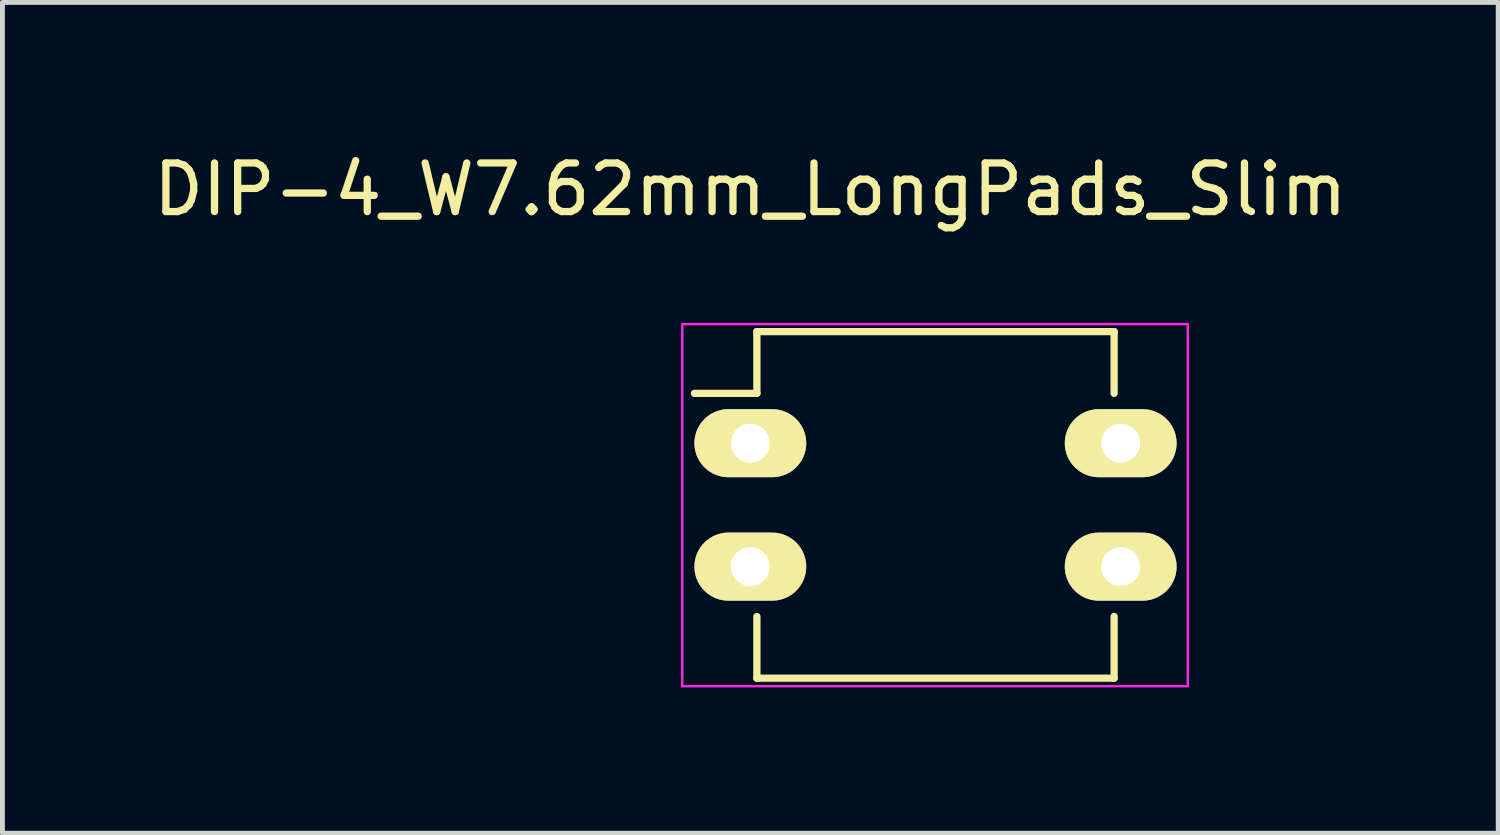
<source format=kicad_pcb>
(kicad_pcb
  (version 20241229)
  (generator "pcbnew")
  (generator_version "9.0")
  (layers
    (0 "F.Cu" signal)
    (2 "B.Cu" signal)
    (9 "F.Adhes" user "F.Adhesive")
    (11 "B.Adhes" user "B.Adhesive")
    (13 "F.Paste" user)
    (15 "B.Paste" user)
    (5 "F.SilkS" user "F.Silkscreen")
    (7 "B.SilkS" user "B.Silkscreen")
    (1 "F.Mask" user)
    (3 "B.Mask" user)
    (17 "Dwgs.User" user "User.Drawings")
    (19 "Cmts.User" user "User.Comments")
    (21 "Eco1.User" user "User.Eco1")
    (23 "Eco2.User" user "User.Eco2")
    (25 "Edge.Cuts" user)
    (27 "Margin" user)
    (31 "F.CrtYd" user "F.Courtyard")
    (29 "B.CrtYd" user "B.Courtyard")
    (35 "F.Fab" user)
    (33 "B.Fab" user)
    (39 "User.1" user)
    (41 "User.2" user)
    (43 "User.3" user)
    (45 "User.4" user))
  (footprint "DIP-4_W7.62mm_LongPads_Slim"
    (layer "F.Cu")
    (at 12.387 6.068)
    (property "Reference" "DIP-4_W7.62mm_LongPads_Slim" (at 0 -5.22 0) (layer "F.SilkS") (effects (font (size 1 1) (thickness 0.15))))
    (attr through_hole)
    (fp_line (start 0.135 -2.295) (end 0.135 -1.025) (stroke (width 0.15) (type solid)) (layer "F.SilkS"))
    (fp_line (start 0.135 -2.295) (end 7.485 -2.295) (stroke (width 0.15) (type solid)) (layer "F.SilkS"))
    (fp_line (start 0.135 -1.025) (end -1.15 -1.025) (stroke (width 0.15) (type solid)) (layer "F.SilkS"))
    (fp_line (start 0.135 4.835) (end 0.135 3.565) (stroke (width 0.15) (type solid)) (layer "F.SilkS"))
    (fp_line (start 0.135 4.835) (end 7.485 4.835) (stroke (width 0.15) (type solid)) (layer "F.SilkS"))
    (fp_line (start 7.485 -2.295) (end 7.485 -1.025) (stroke (width 0.15) (type solid)) (layer "F.SilkS"))
    (fp_line (start 7.485 4.835) (end 7.485 3.565) (stroke (width 0.15) (type solid)) (layer "F.SilkS"))
    (fp_line (start -1.4 -2.45) (end -1.4 5) (stroke (width 0.05) (type solid)) (layer "F.CrtYd"))
    (fp_line (start -1.4 -2.45) (end 9 -2.45) (stroke (width 0.05) (type solid)) (layer "F.CrtYd"))
    (fp_line (start -1.4 5) (end 9 5) (stroke (width 0.05) (type solid)) (layer "F.CrtYd"))
    (fp_line (start 9 -2.45) (end 9 5) (stroke (width 0.05) (type solid)) (layer "F.CrtYd"))
    (pad "1" thru_hole oval (at 0 0) (size 2.3 1.4) (drill 0.8) (layers "*.Cu" "*.Mask" "F.SilkS"))
    (pad "2" thru_hole oval (at 0 2.54) (size 2.3 1.4) (drill 0.8) (layers "*.Cu" "*.Mask" "F.SilkS"))
    (pad "3" thru_hole oval (at 7.62 2.54) (size 2.3 1.4) (drill 0.8) (layers "*.Cu" "*.Mask" "F.SilkS"))
    (pad "4" thru_hole oval (at 7.62 0) (size 2.3 1.4) (drill 0.8) (layers "*.Cu" "*.Mask" "F.SilkS")))
  (gr_rect
    (start -3 -3)
    (end 27.774 14.093)
    (stroke (width 0.1) (type default))
    (fill no)
    (layer "Edge.Cuts")))
</source>
